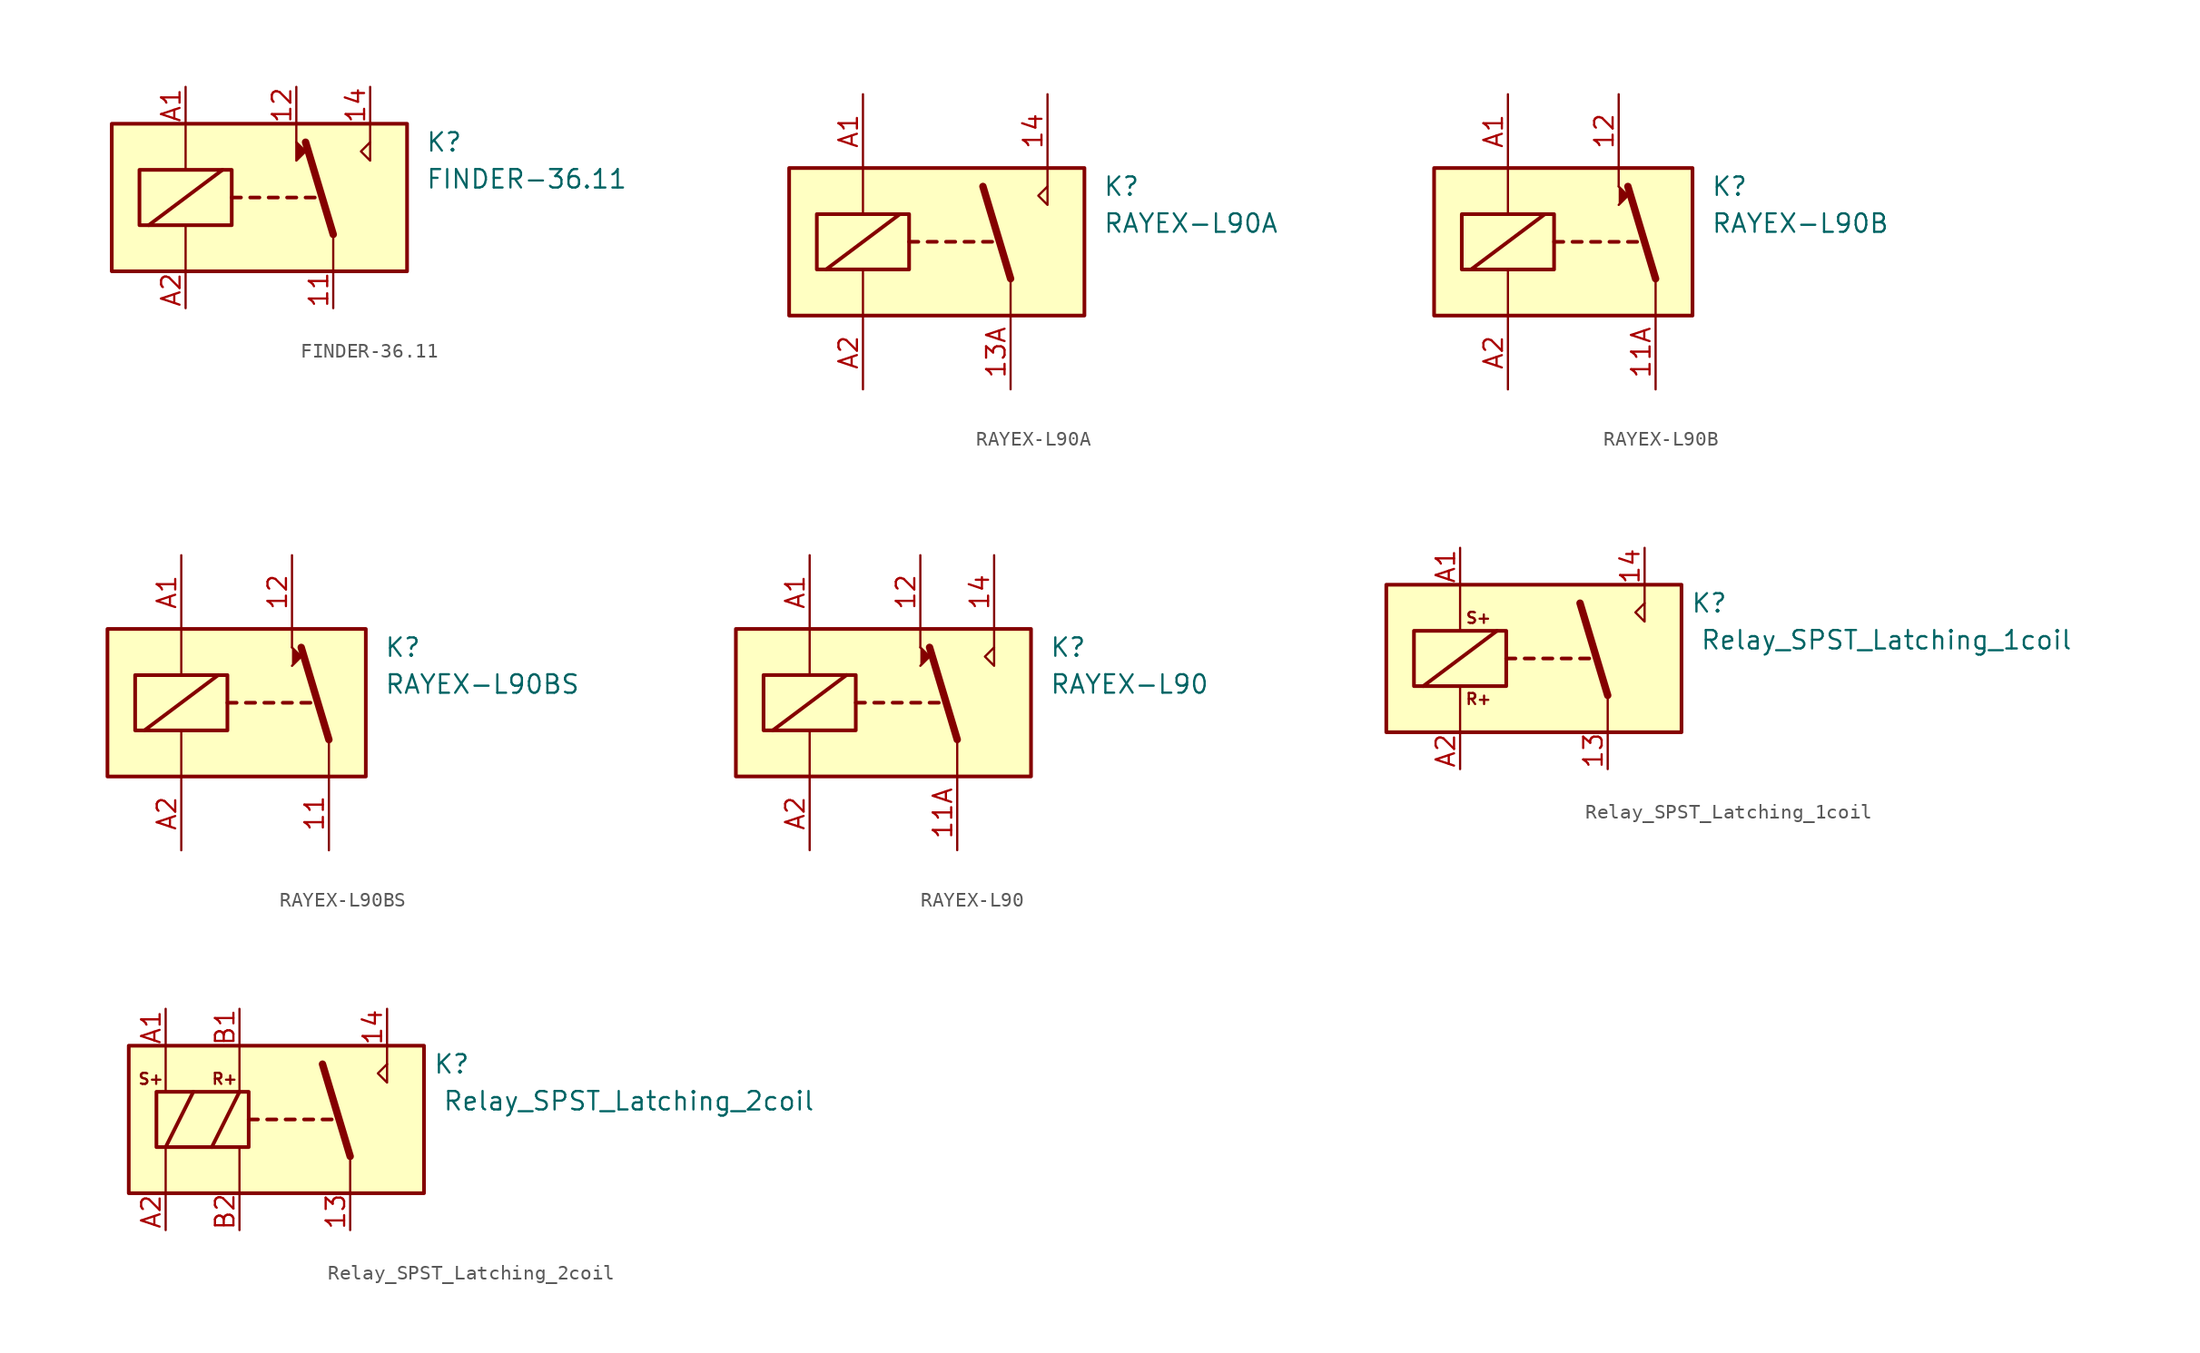
<source format=kicad_sym>
(kicad_symbol_lib
  (version 20241209)
  (generator "kicad_symbol_editor")
  (generator_version "9.0")
  (symbol "FINDER-36.11"
    (property "Reference" "K"
      (at 11.43 3.81 0)
      (effects (font (size 1.27 1.27)) (justify left)))
    (property "Value" "FINDER-36.11"
      (at 11.43 1.27 0)
      (effects (font (size 1.27 1.27)) (justify left)))
    (symbol "FINDER-36.11_0_0"
      (polyline (pts (xy 2.54 3.81) (xy 2.54 5.08)) (stroke (width 0) (type default)) (fill (type none)))
      (polyline (pts (xy 7.62 3.81) (xy 7.62 5.08)) (stroke (width 0) (type default)) (fill (type none)))
      (polyline (pts (xy 7.62 3.81) (xy 7.62 2.54) (xy 6.985 3.175) (xy 7.62 3.81)) (stroke (width 0) (type default)) (fill (type none))))
    (symbol "FINDER-36.11_0_1"
      (rectangle (start -10.16 5.08) (end 10.16 -5.08) (stroke (width 0.254) (type default)) (fill (type background)))
      (rectangle (start -8.255 1.905) (end -1.905 -1.905) (stroke (width 0.254) (type default)) (fill (type none)))
      (polyline (pts (xy -7.62 -1.905) (xy -2.54 1.905)) (stroke (width 0.254) (type default)) (fill (type none)))
      (polyline (pts (xy -5.08 5.08) (xy -5.08 1.905)) (stroke (width 0) (type default)) (fill (type none)))
      (polyline (pts (xy -5.08 -5.08) (xy -5.08 -1.905)) (stroke (width 0) (type default)) (fill (type none)))
      (polyline (pts (xy -1.905 0) (xy -1.27 0)) (stroke (width 0.254) (type default)) (fill (type none)))
      (polyline (pts (xy -0.635 0) (xy 0 0)) (stroke (width 0.254) (type default)) (fill (type none)))
      (polyline (pts (xy 0.635 0) (xy 1.27 0)) (stroke (width 0.254) (type default)) (fill (type none)))
      (polyline (pts (xy 1.905 0) (xy 2.54 0)) (stroke (width 0.254) (type default)) (fill (type none)))
      (polyline (pts (xy 2.54 3.81) (xy 2.54 2.54) (xy 3.175 3.175) (xy 2.54 3.81)) (stroke (width 0) (type default)) (fill (type outline)))
      (polyline (pts (xy 3.175 0) (xy 3.81 0)) (stroke (width 0.254) (type default)) (fill (type none)))
      (polyline (pts (xy 5.08 -2.54) (xy 3.175 3.81)) (stroke (width 0.508) (type default)) (fill (type none)))
      (polyline (pts (xy 5.08 -2.54) (xy 5.08 -5.08)) (stroke (width 0) (type default)) (fill (type none))))
    (symbol "FINDER-36.11_1_1"
      (pin passive line (at -5.08 7.62 270) (length 2.54) (name "~" (effects (font (size 1.27 1.27)))) (number "A1" (effects (font (size 1.27 1.27)))))
      (pin passive line (at -5.08 -7.62 90) (length 2.54) (name "~" (effects (font (size 1.27 1.27)))) (number "A2" (effects (font (size 1.27 1.27)))))
      (pin passive line (at 2.54 7.62 270) (length 2.54) (name "~" (effects (font (size 1.27 1.27)))) (number "12" (effects (font (size 1.27 1.27)))))
      (pin passive line (at 5.08 -7.62 90) (length 2.54) (name "~" (effects (font (size 1.27 1.27)))) (number "11" (effects (font (size 1.27 1.27)))))
      (pin passive line (at 7.62 7.62 270) (length 2.54) (name "~" (effects (font (size 1.27 1.27)))) (number "14" (effects (font (size 1.27 1.27)))))))
  (symbol "RAYEX-L90A"
    (property "Reference" "K"
      (at 11.43 3.81 0)
      (effects (font (size 1.27 1.27)) (justify left)))
    (property "Value" "RAYEX-L90A"
      (at 11.43 1.27 0)
      (effects (font (size 1.27 1.27)) (justify left)))
    (symbol "RAYEX-L90A_1_0"
      (polyline (pts (xy 7.62 3.81) (xy 7.62 5.08)) (stroke (width 0) (type default)) (fill (type none)))
      (polyline (pts (xy 7.62 3.81) (xy 7.62 2.54) (xy 6.985 3.175) (xy 7.62 3.81)) (stroke (width 0) (type default)) (fill (type none))))
    (symbol "RAYEX-L90A_1_1"
      (rectangle (start -10.16 5.08) (end 10.16 -5.08) (stroke (width 0.254) (type default)) (fill (type background)))
      (rectangle (start -8.255 1.905) (end -1.905 -1.905) (stroke (width 0.254) (type default)) (fill (type none)))
      (polyline (pts (xy -7.62 -1.905) (xy -2.54 1.905)) (stroke (width 0.254) (type default)) (fill (type none)))
      (polyline (pts (xy -5.08 5.08) (xy -5.08 1.905)) (stroke (width 0) (type default)) (fill (type none)))
      (polyline (pts (xy -5.08 -5.08) (xy -5.08 -1.905)) (stroke (width 0) (type default)) (fill (type none)))
      (polyline (pts (xy -1.905 0) (xy -1.27 0)) (stroke (width 0.254) (type default)) (fill (type none)))
      (polyline (pts (xy -0.635 0) (xy 0 0)) (stroke (width 0.254) (type default)) (fill (type none)))
      (polyline (pts (xy 0.635 0) (xy 1.27 0)) (stroke (width 0.254) (type default)) (fill (type none)))
      (polyline (pts (xy 1.905 0) (xy 2.54 0)) (stroke (width 0.254) (type default)) (fill (type none)))
      (polyline (pts (xy 3.175 0) (xy 3.81 0)) (stroke (width 0.254) (type default)) (fill (type none)))
      (polyline (pts (xy 5.08 -2.54) (xy 3.175 3.81)) (stroke (width 0.508) (type default)) (fill (type none)))
      (polyline (pts (xy 5.08 -2.54) (xy 5.08 -5.08)) (stroke (width 0) (type default)) (fill (type none)))
      (pin passive line (at -5.08 10.16 270) (length 5.08) (name "~" (effects (font (size 1.27 1.27)))) (number "A1" (effects (font (size 1.27 1.27)))))
      (pin passive line (at -5.08 -10.16 90) (length 5.08) (name "~" (effects (font (size 1.27 1.27)))) (number "A2" (effects (font (size 1.27 1.27)))))
      (pin passive line (at 5.08 -10.16 90) (length 5.08) (name "~" (effects (font (size 1.27 1.27)))) (number "13A" (effects (font (size 1.27 1.27)))))
      (pin passive line (at 5.08 -10.16 90) (length 5.08) (hide yes) (name "~" (effects (font (size 1.27 1.27)))) (number "13B" (effects (font (size 1.27 1.27)))))
      (pin passive line (at 7.62 10.16 270) (length 5.08) (name "~" (effects (font (size 1.27 1.27)))) (number "14" (effects (font (size 1.27 1.27)))))))
  (symbol "RAYEX-L90B"
    (property "Reference" "K"
      (at 8.89 3.81 0)
      (effects (font (size 1.27 1.27)) (justify left)))
    (property "Value" "RAYEX-L90B"
      (at 8.89 1.27 0)
      (effects (font (size 1.27 1.27)) (justify left)))
    (symbol "RAYEX-L90B_1_0"
      (polyline (pts (xy 2.54 3.81) (xy 2.54 5.08)) (stroke (width 0) (type default)) (fill (type none))))
    (symbol "RAYEX-L90B_1_1"
      (rectangle (start -10.16 5.08) (end 7.62 -5.08) (stroke (width 0.254) (type default)) (fill (type background)))
      (rectangle (start -8.255 1.905) (end -1.905 -1.905) (stroke (width 0.254) (type default)) (fill (type none)))
      (polyline (pts (xy -7.62 -1.905) (xy -2.54 1.905)) (stroke (width 0.254) (type default)) (fill (type none)))
      (polyline (pts (xy -5.08 5.08) (xy -5.08 1.905)) (stroke (width 0) (type default)) (fill (type none)))
      (polyline (pts (xy -5.08 -5.08) (xy -5.08 -1.905)) (stroke (width 0) (type default)) (fill (type none)))
      (polyline (pts (xy -1.905 0) (xy -1.27 0)) (stroke (width 0.254) (type default)) (fill (type none)))
      (polyline (pts (xy -0.635 0) (xy 0 0)) (stroke (width 0.254) (type default)) (fill (type none)))
      (polyline (pts (xy 0.635 0) (xy 1.27 0)) (stroke (width 0.254) (type default)) (fill (type none)))
      (polyline (pts (xy 1.905 0) (xy 2.54 0)) (stroke (width 0.254) (type default)) (fill (type none)))
      (polyline (pts (xy 2.54 2.54) (xy 3.175 3.175) (xy 2.54 3.81)) (stroke (width 0) (type default)) (fill (type outline)))
      (polyline (pts (xy 3.175 0) (xy 3.81 0)) (stroke (width 0.254) (type default)) (fill (type none)))
      (polyline (pts (xy 5.08 -2.54) (xy 3.175 3.81)) (stroke (width 0.508) (type default)) (fill (type none)))
      (polyline (pts (xy 5.08 -2.54) (xy 5.08 -5.08)) (stroke (width 0) (type default)) (fill (type none)))
      (pin passive line (at -5.08 10.16 270) (length 5.08) (name "~" (effects (font (size 1.27 1.27)))) (number "A1" (effects (font (size 1.27 1.27)))))
      (pin passive line (at -5.08 -10.16 90) (length 5.08) (name "~" (effects (font (size 1.27 1.27)))) (number "A2" (effects (font (size 1.27 1.27)))))
      (pin passive line (at 2.54 10.16 270) (length 5.08) (name "~" (effects (font (size 1.27 1.27)))) (number "12" (effects (font (size 1.27 1.27)))))
      (pin passive line (at 5.08 -10.16 90) (length 5.08) (name "~" (effects (font (size 1.27 1.27)))) (number "11A" (effects (font (size 1.27 1.27)))))
      (pin passive line (at 5.08 -10.16 90) (length 5.08) (hide yes) (name "~" (effects (font (size 1.27 1.27)))) (number "11B" (effects (font (size 1.27 1.27)))))))
  (symbol "RAYEX-L90BS"
    (property "Reference" "K"
      (at 8.89 3.81 0)
      (effects (font (size 1.27 1.27)) (justify left)))
    (property "Value" "RAYEX-L90BS"
      (at 8.89 1.27 0)
      (effects (font (size 1.27 1.27)) (justify left)))
    (symbol "RAYEX-L90BS_1_0"
      (polyline (pts (xy 2.54 3.81) (xy 2.54 5.08)) (stroke (width 0) (type default)) (fill (type none))))
    (symbol "RAYEX-L90BS_1_1"
      (rectangle (start -10.16 5.08) (end 7.62 -5.08) (stroke (width 0.254) (type default)) (fill (type background)))
      (rectangle (start -8.255 1.905) (end -1.905 -1.905) (stroke (width 0.254) (type default)) (fill (type none)))
      (polyline (pts (xy -7.62 -1.905) (xy -2.54 1.905)) (stroke (width 0.254) (type default)) (fill (type none)))
      (polyline (pts (xy -5.08 5.08) (xy -5.08 1.905)) (stroke (width 0) (type default)) (fill (type none)))
      (polyline (pts (xy -5.08 -5.08) (xy -5.08 -1.905)) (stroke (width 0) (type default)) (fill (type none)))
      (polyline (pts (xy -1.905 0) (xy -1.27 0)) (stroke (width 0.254) (type default)) (fill (type none)))
      (polyline (pts (xy -0.635 0) (xy 0 0)) (stroke (width 0.254) (type default)) (fill (type none)))
      (polyline (pts (xy 0.635 0) (xy 1.27 0)) (stroke (width 0.254) (type default)) (fill (type none)))
      (polyline (pts (xy 1.905 0) (xy 2.54 0)) (stroke (width 0.254) (type default)) (fill (type none)))
      (polyline (pts (xy 2.54 2.54) (xy 3.175 3.175) (xy 2.54 3.81)) (stroke (width 0) (type default)) (fill (type outline)))
      (polyline (pts (xy 3.175 0) (xy 3.81 0)) (stroke (width 0.254) (type default)) (fill (type none)))
      (polyline (pts (xy 5.08 -2.54) (xy 3.175 3.81)) (stroke (width 0.508) (type default)) (fill (type none)))
      (polyline (pts (xy 5.08 -2.54) (xy 5.08 -5.08)) (stroke (width 0) (type default)) (fill (type none)))
      (pin passive line (at -5.08 10.16 270) (length 5.08) (name "~" (effects (font (size 1.27 1.27)))) (number "A1" (effects (font (size 1.27 1.27)))))
      (pin passive line (at -5.08 -10.16 90) (length 5.08) (name "~" (effects (font (size 1.27 1.27)))) (number "A2" (effects (font (size 1.27 1.27)))))
      (pin passive line (at 2.54 10.16 270) (length 5.08) (name "~" (effects (font (size 1.27 1.27)))) (number "12" (effects (font (size 1.27 1.27)))))
      (pin passive line (at 5.08 -10.16 90) (length 5.08) (name "~" (effects (font (size 1.27 1.27)))) (number "11" (effects (font (size 1.27 1.27)))))))
  (symbol "RAYEX-L90"
    (property "Reference" "K"
      (at 11.43 3.81 0)
      (effects (font (size 1.27 1.27)) (justify left)))
    (property "Value" "RAYEX-L90"
      (at 11.43 1.27 0)
      (effects (font (size 1.27 1.27)) (justify left)))
    (symbol "RAYEX-L90_1_0"
      (polyline (pts (xy 2.54 3.81) (xy 2.54 5.08)) (stroke (width 0) (type default)) (fill (type none)))
      (polyline (pts (xy 7.62 3.81) (xy 7.62 5.08)) (stroke (width 0) (type default)) (fill (type none)))
      (polyline (pts (xy 7.62 3.81) (xy 7.62 2.54) (xy 6.985 3.175) (xy 7.62 3.81)) (stroke (width 0) (type default)) (fill (type none))))
    (symbol "RAYEX-L90_1_1"
      (rectangle (start -10.16 5.08) (end 10.16 -5.08) (stroke (width 0.254) (type default)) (fill (type background)))
      (rectangle (start -8.255 1.905) (end -1.905 -1.905) (stroke (width 0.254) (type default)) (fill (type none)))
      (polyline (pts (xy -7.62 -1.905) (xy -2.54 1.905)) (stroke (width 0.254) (type default)) (fill (type none)))
      (polyline (pts (xy -5.08 5.08) (xy -5.08 1.905)) (stroke (width 0) (type default)) (fill (type none)))
      (polyline (pts (xy -5.08 -5.08) (xy -5.08 -1.905)) (stroke (width 0) (type default)) (fill (type none)))
      (polyline (pts (xy -1.905 0) (xy -1.27 0)) (stroke (width 0.254) (type default)) (fill (type none)))
      (polyline (pts (xy -0.635 0) (xy 0 0)) (stroke (width 0.254) (type default)) (fill (type none)))
      (polyline (pts (xy 0.635 0) (xy 1.27 0)) (stroke (width 0.254) (type default)) (fill (type none)))
      (polyline (pts (xy 1.905 0) (xy 2.54 0)) (stroke (width 0.254) (type default)) (fill (type none)))
      (polyline (pts (xy 2.54 2.54) (xy 3.175 3.175) (xy 2.54 3.81)) (stroke (width 0) (type default)) (fill (type outline)))
      (polyline (pts (xy 3.175 0) (xy 3.81 0)) (stroke (width 0.254) (type default)) (fill (type none)))
      (polyline (pts (xy 5.08 -2.54) (xy 3.175 3.81)) (stroke (width 0.508) (type default)) (fill (type none)))
      (polyline (pts (xy 5.08 -2.54) (xy 5.08 -5.08)) (stroke (width 0) (type default)) (fill (type none)))
      (pin passive line (at -5.08 10.16 270) (length 5.08) (name "~" (effects (font (size 1.27 1.27)))) (number "A1" (effects (font (size 1.27 1.27)))))
      (pin passive line (at -5.08 -10.16 90) (length 5.08) (name "~" (effects (font (size 1.27 1.27)))) (number "A2" (effects (font (size 1.27 1.27)))))
      (pin passive line (at 2.54 10.16 270) (length 5.08) (name "~" (effects (font (size 1.27 1.27)))) (number "12" (effects (font (size 1.27 1.27)))))
      (pin passive line (at 5.08 -10.16 90) (length 5.08) (name "~" (effects (font (size 1.27 1.27)))) (number "11A" (effects (font (size 1.27 1.27)))))
      (pin passive line (at 5.08 -10.16 90) (length 5.08) (hide yes) (name "~" (effects (font (size 1.27 1.27)))) (number "11B" (effects (font (size 1.27 1.27)))))
      (pin passive line (at 7.62 10.16 270) (length 5.08) (name "~" (effects (font (size 1.27 1.27)))) (number "14" (effects (font (size 1.27 1.27)))))))
  (symbol "Relay_SPST_Latching_1coil"
    (property "Reference" "K"
      (at 12.065 3.81 0)
      (effects (font (size 1.27 1.27))))
    (property "Value" "Relay_SPST_Latching_1coil"
      (at 11.43 1.27 0)
      (effects (font (size 1.27 1.27)) (justify left)))
    (symbol "Relay_SPST_Latching_1coil_1_1"
      (rectangle (start -10.16 5.08) (end 10.16 -5.08) (stroke (width 0.254) (type default)) (fill (type background)))
      (rectangle (start -8.255 1.905) (end -1.905 -1.905) (stroke (width 0.254) (type default)) (fill (type none)))
      (polyline (pts (xy -7.62 -1.905) (xy -2.54 1.905)) (stroke (width 0.254) (type default)) (fill (type none)))
      (polyline (pts (xy -5.08 5.08) (xy -5.08 1.905)) (stroke (width 0) (type default)) (fill (type none)))
      (polyline (pts (xy -5.08 -5.08) (xy -5.08 -1.905)) (stroke (width 0) (type default)) (fill (type none)))
      (polyline (pts (xy -1.905 0) (xy -1.27 0)) (stroke (width 0.254) (type default)) (fill (type none)))
      (polyline (pts (xy -0.635 0) (xy 0 0)) (stroke (width 0.254) (type default)) (fill (type none)))
      (polyline (pts (xy 0.635 0) (xy 1.27 0)) (stroke (width 0.254) (type default)) (fill (type none)))
      (polyline (pts (xy 1.905 0) (xy 2.54 0)) (stroke (width 0.254) (type default)) (fill (type none)))
      (polyline (pts (xy 3.175 0) (xy 3.81 0)) (stroke (width 0.254) (type default)) (fill (type none)))
      (polyline (pts (xy 5.08 -2.54) (xy 3.175 3.81)) (stroke (width 0.508) (type default)) (fill (type none)))
      (polyline (pts (xy 5.08 -2.54) (xy 5.08 -5.08)) (stroke (width 0) (type default)) (fill (type none)))
      (polyline (pts (xy 7.62 3.81) (xy 7.62 5.08)) (stroke (width 0) (type default)) (fill (type none)))
      (polyline (pts (xy 7.62 3.81) (xy 7.62 2.54) (xy 6.985 3.175) (xy 7.62 3.81)) (stroke (width 0) (type default)) (fill (type none)))
      (text "S+" (at -3.81 2.794 0) (effects (font (size 0.762 0.762))))
      (text "R+" (at -3.81 -2.794 0) (effects (font (size 0.762 0.762))))
      (pin passive line (at -5.08 7.62 270) (length 2.54) (name "~" (effects (font (size 1.27 1.27)))) (number "A1" (effects (font (size 1.27 1.27)))))
      (pin passive line (at -5.08 -7.62 90) (length 2.54) (name "~" (effects (font (size 1.27 1.27)))) (number "A2" (effects (font (size 1.27 1.27)))))
      (pin passive line (at 5.08 -7.62 90) (length 2.54) (name "~" (effects (font (size 1.27 1.27)))) (number "13" (effects (font (size 1.27 1.27)))))
      (pin passive line (at 7.62 7.62 270) (length 2.54) (name "~" (effects (font (size 1.27 1.27)))) (number "14" (effects (font (size 1.27 1.27)))))))
  (symbol "Relay_SPST_Latching_2coil"
    (property "Reference" "K"
      (at 12.065 3.81 0)
      (effects (font (size 1.27 1.27))))
    (property "Value" "Relay_SPST_Latching_2coil"
      (at 11.43 1.27 0)
      (effects (font (size 1.27 1.27)) (justify left)))
    (symbol "Relay_SPST_Latching_2coil_0_1"
      (polyline (pts (xy -7.62 5.08) (xy -7.62 1.905)) (stroke (width 0) (type default)) (fill (type none)))
      (polyline (pts (xy -7.62 -5.08) (xy -7.62 -1.905)) (stroke (width 0) (type default)) (fill (type none)))
      (polyline (pts (xy -2.54 5.08) (xy -2.54 1.905)) (stroke (width 0) (type default)) (fill (type none)))
      (polyline (pts (xy -2.54 -5.08) (xy -2.54 -1.905)) (stroke (width 0) (type default)) (fill (type none))))
    (symbol "Relay_SPST_Latching_2coil_1_0"
      (text "S+" (at -8.636 2.794 0) (effects (font (size 0.762 0.762))))
      (text "R+" (at -3.556 2.794 0) (effects (font (size 0.762 0.762)))))
    (symbol "Relay_SPST_Latching_2coil_1_1"
      (rectangle (start -10.16 5.08) (end 10.16 -5.08) (stroke (width 0.254) (type default)) (fill (type background)))
      (rectangle (start -8.255 1.905) (end -1.905 -1.905) (stroke (width 0.254) (type default)) (fill (type none)))
      (polyline (pts (xy -7.62 -1.905) (xy -5.715 1.905)) (stroke (width 0.254) (type default)) (fill (type none)))
      (polyline (pts (xy -4.445 -1.905) (xy -2.54 1.905)) (stroke (width 0.254) (type default)) (fill (type none)))
      (polyline (pts (xy -1.905 0) (xy -1.27 0)) (stroke (width 0.254) (type default)) (fill (type none)))
      (polyline (pts (xy -0.635 0) (xy 0 0)) (stroke (width 0.254) (type default)) (fill (type none)))
      (polyline (pts (xy 0.635 0) (xy 1.27 0)) (stroke (width 0.254) (type default)) (fill (type none)))
      (polyline (pts (xy 1.905 0) (xy 2.54 0)) (stroke (width 0.254) (type default)) (fill (type none)))
      (polyline (pts (xy 3.175 0) (xy 3.81 0)) (stroke (width 0.254) (type default)) (fill (type none)))
      (polyline (pts (xy 5.08 -2.54) (xy 3.175 3.81)) (stroke (width 0.508) (type default)) (fill (type none)))
      (polyline (pts (xy 5.08 -2.54) (xy 5.08 -5.08)) (stroke (width 0) (type default)) (fill (type none)))
      (polyline (pts (xy 7.62 3.81) (xy 7.62 5.08)) (stroke (width 0) (type default)) (fill (type none)))
      (polyline (pts (xy 7.62 3.81) (xy 7.62 2.54) (xy 6.985 3.175) (xy 7.62 3.81)) (stroke (width 0) (type default)) (fill (type none)))
      (pin passive line (at -7.62 7.62 270) (length 2.54) (name "~" (effects (font (size 1.27 1.27)))) (number "A1" (effects (font (size 1.27 1.27)))))
      (pin passive line (at -7.62 -7.62 90) (length 2.54) (name "~" (effects (font (size 1.27 1.27)))) (number "A2" (effects (font (size 1.27 1.27)))))
      (pin passive line (at -2.54 7.62 270) (length 2.54) (name "~" (effects (font (size 1.27 1.27)))) (number "B1" (effects (font (size 1.27 1.27)))))
      (pin passive line (at -2.54 -7.62 90) (length 2.54) (name "~" (effects (font (size 1.27 1.27)))) (number "B2" (effects (font (size 1.27 1.27)))))
      (pin passive line (at 5.08 -7.62 90) (length 2.54) (name "~" (effects (font (size 1.27 1.27)))) (number "13" (effects (font (size 1.27 1.27)))))
      (pin passive line (at 7.62 7.62 270) (length 2.54) (name "~" (effects (font (size 1.27 1.27)))) (number "14" (effects (font (size 1.27 1.27))))))))
</source>
